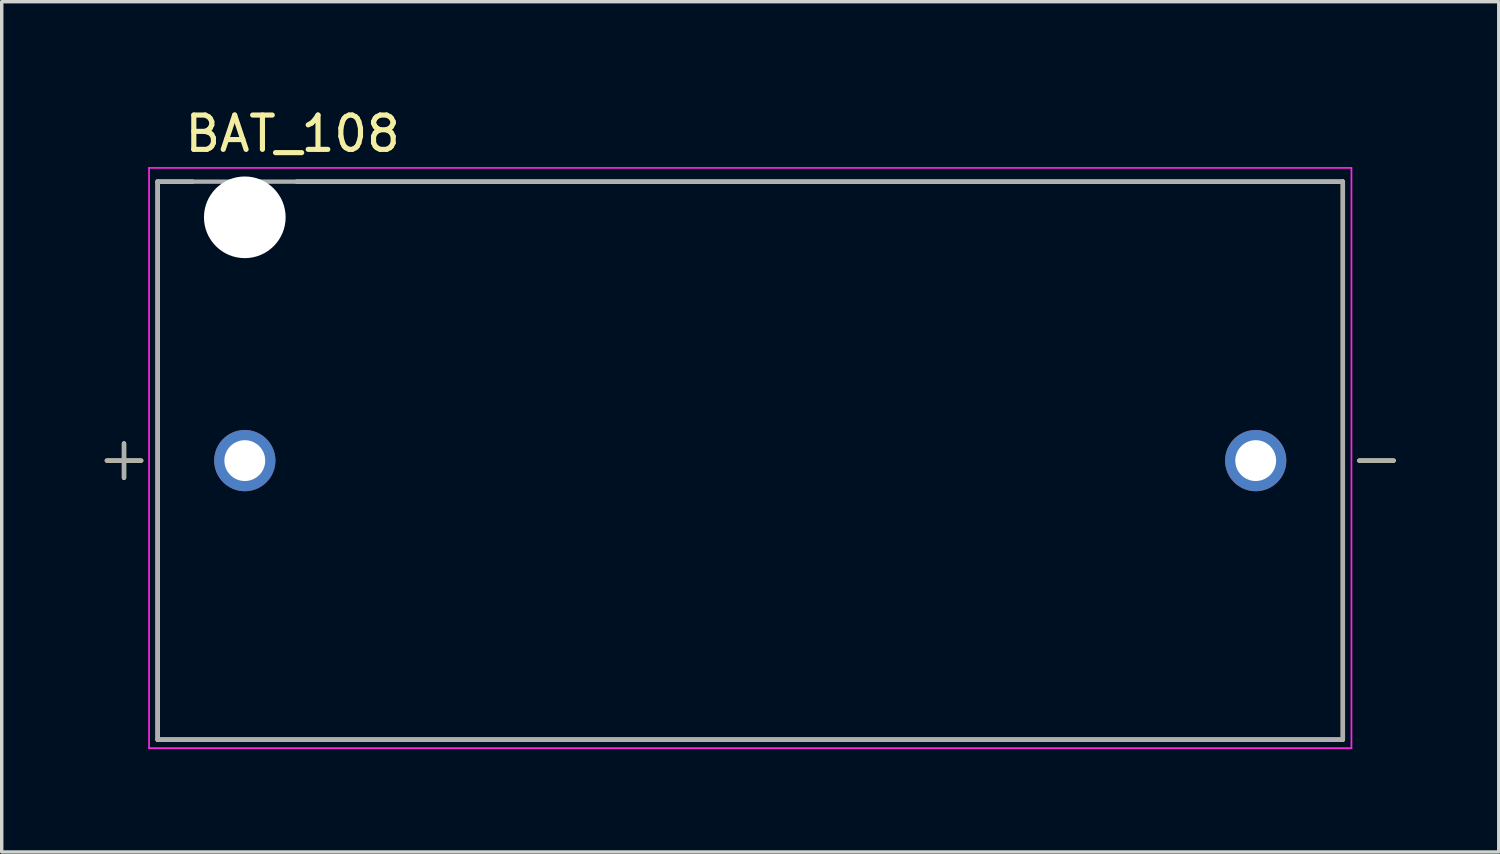
<source format=kicad_pcb>
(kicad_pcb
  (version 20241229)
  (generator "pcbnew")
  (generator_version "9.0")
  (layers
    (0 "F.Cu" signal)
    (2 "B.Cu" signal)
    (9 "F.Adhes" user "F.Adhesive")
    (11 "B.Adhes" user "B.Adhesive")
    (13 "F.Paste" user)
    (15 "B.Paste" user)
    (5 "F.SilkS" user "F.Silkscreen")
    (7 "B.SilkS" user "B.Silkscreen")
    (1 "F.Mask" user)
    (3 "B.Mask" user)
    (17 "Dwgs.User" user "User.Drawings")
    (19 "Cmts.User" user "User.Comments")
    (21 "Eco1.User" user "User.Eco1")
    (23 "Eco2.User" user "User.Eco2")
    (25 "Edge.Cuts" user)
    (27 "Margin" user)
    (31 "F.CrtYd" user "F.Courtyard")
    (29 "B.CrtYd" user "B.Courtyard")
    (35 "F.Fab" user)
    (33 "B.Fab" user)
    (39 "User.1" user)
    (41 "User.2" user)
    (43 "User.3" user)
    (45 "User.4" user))
  (footprint "BAT_108"
    (layer "F.Cu")
    (at 18.814 10.373)
    (property "Reference" "BAT_108" (at -13.335 -9.525 0) (layer "F.SilkS") (effects (font (size 1 1) (thickness 0.15))))
    (attr through_hole)
    (fp_line (start -18.75 0) (end -17.75 0) (stroke (width 0.127) (type solid)) (layer "F.SilkS"))
    (fp_line (start -18.25 -0.5) (end -18.25 0.5) (stroke (width 0.127) (type solid)) (layer "F.SilkS"))
    (fp_line (start -17.27 -8.13) (end -16.25 -8.13) (stroke (width 0.127) (type solid)) (layer "F.SilkS"))
    (fp_line (start -17.27 8.13) (end -17.27 -8.13) (stroke (width 0.127) (type solid)) (layer "F.SilkS"))
    (fp_line (start -13.22 -8.13) (end 17.27 -8.13) (stroke (width 0.127) (type solid)) (layer "F.SilkS"))
    (fp_line (start 17.27 -8.13) (end 17.27 8.13) (stroke (width 0.127) (type solid)) (layer "F.SilkS"))
    (fp_line (start 17.27 8.13) (end -17.27 8.13) (stroke (width 0.127) (type solid)) (layer "F.SilkS"))
    (fp_line (start 17.75 0) (end 18.75 0) (stroke (width 0.127) (type solid)) (layer "F.SilkS"))
    (fp_line (start -17.52 -8.53) (end 17.52 -8.53) (stroke (width 0.05) (type solid)) (layer "F.CrtYd"))
    (fp_line (start -17.52 8.38) (end -17.52 -8.53) (stroke (width 0.05) (type solid)) (layer "F.CrtYd"))
    (fp_line (start 17.52 -8.53) (end 17.52 8.38) (stroke (width 0.05) (type solid)) (layer "F.CrtYd"))
    (fp_line (start 17.52 8.38) (end -17.52 8.38) (stroke (width 0.05) (type solid)) (layer "F.CrtYd"))
    (fp_line (start -18.25 -0.5) (end -18.25 0.5) (stroke (width 0.127) (type solid)) (layer "F.Fab"))
    (fp_line (start -17.75 0) (end -18.75 0) (stroke (width 0.127) (type solid)) (layer "F.Fab"))
    (fp_line (start -17.27 -8.13) (end 17.27 -8.13) (stroke (width 0.127) (type solid)) (layer "F.Fab"))
    (fp_line (start -17.27 8.13) (end -17.27 -8.13) (stroke (width 0.127) (type solid)) (layer "F.Fab"))
    (fp_line (start 17.27 -8.13) (end 17.27 8.13) (stroke (width 0.127) (type solid)) (layer "F.Fab"))
    (fp_line (start 17.27 8.13) (end -17.27 8.13) (stroke (width 0.127) (type solid)) (layer "F.Fab"))
    (fp_line (start 17.75 0) (end 18.75 0) (stroke (width 0.127) (type solid)) (layer "F.Fab"))
    (pad "" np_thru_hole circle (at -14.73 -7.09) (size 2.38 2.38) (drill 2.38) (layers "*.Cu" "*.Mask"))
    (pad "N" thru_hole circle (at 14.73 0) (size 1.785 1.785) (drill 1.19) (layers "*.Cu" "*.Mask"))
    (pad "P" thru_hole circle (at -14.73 0) (size 1.785 1.785) (drill 1.19) (layers "*.Cu" "*.Mask")))
  (gr_rect
    (start -3 -3)
    (end 40.627 21.778)
    (stroke (width 0.1) (type default))
    (fill no)
    (layer "Edge.Cuts")))
</source>
